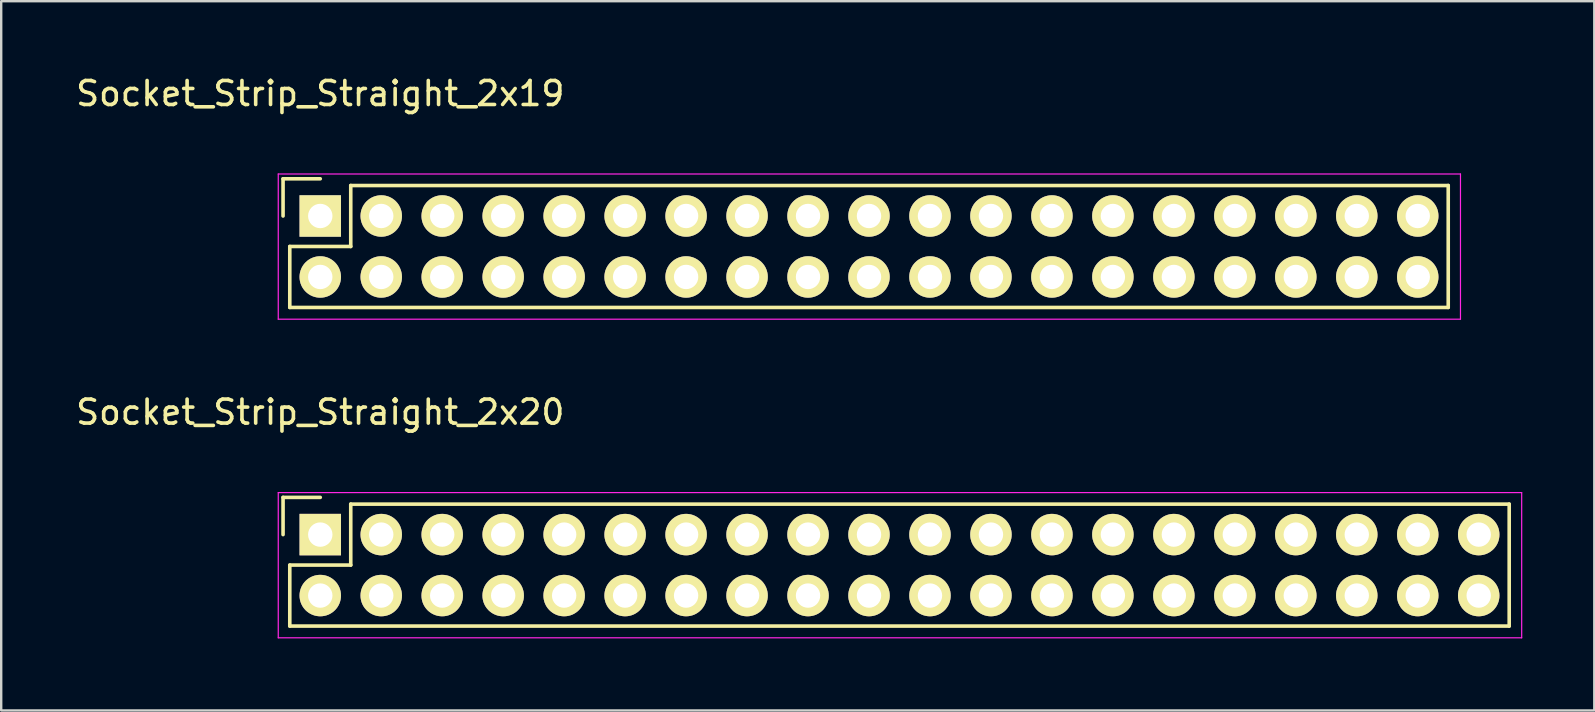
<source format=kicad_pcb>
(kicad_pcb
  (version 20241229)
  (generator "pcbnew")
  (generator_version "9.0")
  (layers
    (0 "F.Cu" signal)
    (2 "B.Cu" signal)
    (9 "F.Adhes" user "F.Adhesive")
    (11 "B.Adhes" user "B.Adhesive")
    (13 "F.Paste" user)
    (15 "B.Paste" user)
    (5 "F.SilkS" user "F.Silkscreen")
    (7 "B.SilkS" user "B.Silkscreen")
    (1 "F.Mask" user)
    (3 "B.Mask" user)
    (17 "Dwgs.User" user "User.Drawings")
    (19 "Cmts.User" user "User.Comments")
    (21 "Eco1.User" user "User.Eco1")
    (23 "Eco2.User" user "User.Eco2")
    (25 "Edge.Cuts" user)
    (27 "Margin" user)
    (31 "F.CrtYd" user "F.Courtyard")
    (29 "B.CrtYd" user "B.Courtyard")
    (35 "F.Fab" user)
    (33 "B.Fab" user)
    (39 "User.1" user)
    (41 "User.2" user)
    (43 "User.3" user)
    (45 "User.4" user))
  (footprint "Socket_Strip_Straight_2x19"
    (layer "F.Cu")
    (at 10.292 5.948)
    (property "Reference" "Socket_Strip_Straight_2x19" (at 0 -5.1 0) (layer "F.SilkS") (effects (font (size 1 1) (thickness 0.15))))
    (attr through_hole)
    (fp_line (start -1.55 -1.55) (end -1.55 0) (stroke (width 0.15) (type solid)) (layer "F.SilkS"))
    (fp_line (start -1.27 1.27) (end 1.27 1.27) (stroke (width 0.15) (type solid)) (layer "F.SilkS"))
    (fp_line (start -1.27 3.81) (end -1.27 1.27) (stroke (width 0.15) (type solid)) (layer "F.SilkS"))
    (fp_line (start -1.27 3.81) (end 46.99 3.81) (stroke (width 0.15) (type solid)) (layer "F.SilkS"))
    (fp_line (start 0 -1.55) (end -1.55 -1.55) (stroke (width 0.15) (type solid)) (layer "F.SilkS"))
    (fp_line (start 1.27 1.27) (end 1.27 -1.27) (stroke (width 0.15) (type solid)) (layer "F.SilkS"))
    (fp_line (start 46.99 -1.27) (end 1.27 -1.27) (stroke (width 0.15) (type solid)) (layer "F.SilkS"))
    (fp_line (start 46.99 3.81) (end 46.99 -1.27) (stroke (width 0.15) (type solid)) (layer "F.SilkS"))
    (fp_line (start -1.75 -1.75) (end -1.75 4.3) (stroke (width 0.05) (type solid)) (layer "F.CrtYd"))
    (fp_line (start -1.75 -1.75) (end 47.5 -1.75) (stroke (width 0.05) (type solid)) (layer "F.CrtYd"))
    (fp_line (start -1.75 4.3) (end 47.5 4.3) (stroke (width 0.05) (type solid)) (layer "F.CrtYd"))
    (fp_line (start 47.5 -1.75) (end 47.5 4.3) (stroke (width 0.05) (type solid)) (layer "F.CrtYd"))
    (pad "1" thru_hole rect (at 0 0) (size 1.727 1.727) (drill 1.016) (layers "*.Cu" "*.Mask" "F.SilkS"))
    (pad "2" thru_hole oval (at 0 2.54) (size 1.727 1.727) (drill 1.016) (layers "*.Cu" "*.Mask" "F.SilkS"))
    (pad "3" thru_hole oval (at 2.54 0) (size 1.727 1.727) (drill 1.016) (layers "*.Cu" "*.Mask" "F.SilkS"))
    (pad "4" thru_hole oval (at 2.54 2.54) (size 1.727 1.727) (drill 1.016) (layers "*.Cu" "*.Mask" "F.SilkS"))
    (pad "5" thru_hole oval (at 5.08 0) (size 1.727 1.727) (drill 1.016) (layers "*.Cu" "*.Mask" "F.SilkS"))
    (pad "6" thru_hole oval (at 5.08 2.54) (size 1.727 1.727) (drill 1.016) (layers "*.Cu" "*.Mask" "F.SilkS"))
    (pad "7" thru_hole oval (at 7.62 0) (size 1.727 1.727) (drill 1.016) (layers "*.Cu" "*.Mask" "F.SilkS"))
    (pad "8" thru_hole oval (at 7.62 2.54) (size 1.727 1.727) (drill 1.016) (layers "*.Cu" "*.Mask" "F.SilkS"))
    (pad "9" thru_hole oval (at 10.16 0) (size 1.727 1.727) (drill 1.016) (layers "*.Cu" "*.Mask" "F.SilkS"))
    (pad "10" thru_hole oval (at 10.16 2.54) (size 1.727 1.727) (drill 1.016) (layers "*.Cu" "*.Mask" "F.SilkS"))
    (pad "11" thru_hole oval (at 12.7 0) (size 1.727 1.727) (drill 1.016) (layers "*.Cu" "*.Mask" "F.SilkS"))
    (pad "12" thru_hole oval (at 12.7 2.54) (size 1.727 1.727) (drill 1.016) (layers "*.Cu" "*.Mask" "F.SilkS"))
    (pad "13" thru_hole oval (at 15.24 0) (size 1.727 1.727) (drill 1.016) (layers "*.Cu" "*.Mask" "F.SilkS"))
    (pad "14" thru_hole oval (at 15.24 2.54) (size 1.727 1.727) (drill 1.016) (layers "*.Cu" "*.Mask" "F.SilkS"))
    (pad "15" thru_hole oval (at 17.78 0) (size 1.727 1.727) (drill 1.016) (layers "*.Cu" "*.Mask" "F.SilkS"))
    (pad "16" thru_hole oval (at 17.78 2.54) (size 1.727 1.727) (drill 1.016) (layers "*.Cu" "*.Mask" "F.SilkS"))
    (pad "17" thru_hole oval (at 20.32 0) (size 1.727 1.727) (drill 1.016) (layers "*.Cu" "*.Mask" "F.SilkS"))
    (pad "18" thru_hole oval (at 20.32 2.54) (size 1.727 1.727) (drill 1.016) (layers "*.Cu" "*.Mask" "F.SilkS"))
    (pad "19" thru_hole oval (at 22.86 0) (size 1.727 1.727) (drill 1.016) (layers "*.Cu" "*.Mask" "F.SilkS"))
    (pad "20" thru_hole oval (at 22.86 2.54) (size 1.727 1.727) (drill 1.016) (layers "*.Cu" "*.Mask" "F.SilkS"))
    (pad "21" thru_hole oval (at 25.4 0) (size 1.727 1.727) (drill 1.016) (layers "*.Cu" "*.Mask" "F.SilkS"))
    (pad "22" thru_hole oval (at 25.4 2.54) (size 1.727 1.727) (drill 1.016) (layers "*.Cu" "*.Mask" "F.SilkS"))
    (pad "23" thru_hole oval (at 27.94 0) (size 1.727 1.727) (drill 1.016) (layers "*.Cu" "*.Mask" "F.SilkS"))
    (pad "24" thru_hole oval (at 27.94 2.54) (size 1.727 1.727) (drill 1.016) (layers "*.Cu" "*.Mask" "F.SilkS"))
    (pad "25" thru_hole oval (at 30.48 0) (size 1.727 1.727) (drill 1.016) (layers "*.Cu" "*.Mask" "F.SilkS"))
    (pad "26" thru_hole oval (at 30.48 2.54) (size 1.727 1.727) (drill 1.016) (layers "*.Cu" "*.Mask" "F.SilkS"))
    (pad "27" thru_hole oval (at 33.02 0) (size 1.727 1.727) (drill 1.016) (layers "*.Cu" "*.Mask" "F.SilkS"))
    (pad "28" thru_hole oval (at 33.02 2.54) (size 1.727 1.727) (drill 1.016) (layers "*.Cu" "*.Mask" "F.SilkS"))
    (pad "29" thru_hole oval (at 35.56 0) (size 1.727 1.727) (drill 1.016) (layers "*.Cu" "*.Mask" "F.SilkS"))
    (pad "30" thru_hole oval (at 35.56 2.54) (size 1.727 1.727) (drill 1.016) (layers "*.Cu" "*.Mask" "F.SilkS"))
    (pad "31" thru_hole oval (at 38.1 0) (size 1.727 1.727) (drill 1.016) (layers "*.Cu" "*.Mask" "F.SilkS"))
    (pad "32" thru_hole oval (at 38.1 2.54) (size 1.727 1.727) (drill 1.016) (layers "*.Cu" "*.Mask" "F.SilkS"))
    (pad "33" thru_hole oval (at 40.64 0) (size 1.727 1.727) (drill 1.016) (layers "*.Cu" "*.Mask" "F.SilkS"))
    (pad "34" thru_hole oval (at 40.64 2.54) (size 1.727 1.727) (drill 1.016) (layers "*.Cu" "*.Mask" "F.SilkS"))
    (pad "35" thru_hole oval (at 43.18 0) (size 1.727 1.727) (drill 1.016) (layers "*.Cu" "*.Mask" "F.SilkS"))
    (pad "36" thru_hole oval (at 43.18 2.54) (size 1.727 1.727) (drill 1.016) (layers "*.Cu" "*.Mask" "F.SilkS"))
    (pad "37" thru_hole oval (at 45.72 0) (size 1.727 1.727) (drill 1.016) (layers "*.Cu" "*.Mask" "F.SilkS"))
    (pad "38" thru_hole oval (at 45.72 2.54) (size 1.727 1.727) (drill 1.016) (layers "*.Cu" "*.Mask" "F.SilkS")))
  (footprint "Socket_Strip_Straight_2x20"
    (layer "F.Cu")
    (at 10.292 19.221)
    (property "Reference" "Socket_Strip_Straight_2x20" (at 0 -5.1 0) (layer "F.SilkS") (effects (font (size 1 1) (thickness 0.15))))
    (attr through_hole)
    (fp_line (start -1.55 -1.55) (end -1.55 0) (stroke (width 0.15) (type solid)) (layer "F.SilkS"))
    (fp_line (start -1.27 1.27) (end 1.27 1.27) (stroke (width 0.15) (type solid)) (layer "F.SilkS"))
    (fp_line (start -1.27 3.81) (end -1.27 1.27) (stroke (width 0.15) (type solid)) (layer "F.SilkS"))
    (fp_line (start 0 -1.55) (end -1.55 -1.55) (stroke (width 0.15) (type solid)) (layer "F.SilkS"))
    (fp_line (start 1.27 -1.27) (end 49.53 -1.27) (stroke (width 0.15) (type solid)) (layer "F.SilkS"))
    (fp_line (start 1.27 1.27) (end 1.27 -1.27) (stroke (width 0.15) (type solid)) (layer "F.SilkS"))
    (fp_line (start 49.53 3.81) (end -1.27 3.81) (stroke (width 0.15) (type solid)) (layer "F.SilkS"))
    (fp_line (start 49.53 3.81) (end 49.53 -1.27) (stroke (width 0.15) (type solid)) (layer "F.SilkS"))
    (fp_line (start -1.75 -1.75) (end -1.75 4.3) (stroke (width 0.05) (type solid)) (layer "F.CrtYd"))
    (fp_line (start -1.75 -1.75) (end 50.05 -1.75) (stroke (width 0.05) (type solid)) (layer "F.CrtYd"))
    (fp_line (start -1.75 4.3) (end 50.05 4.3) (stroke (width 0.05) (type solid)) (layer "F.CrtYd"))
    (fp_line (start 50.05 -1.75) (end 50.05 4.3) (stroke (width 0.05) (type solid)) (layer "F.CrtYd"))
    (pad "1" thru_hole rect (at 0 0) (size 1.727 1.727) (drill 1.016) (layers "*.Cu" "*.Mask" "F.SilkS"))
    (pad "2" thru_hole oval (at 0 2.54) (size 1.727 1.727) (drill 1.016) (layers "*.Cu" "*.Mask" "F.SilkS"))
    (pad "3" thru_hole oval (at 2.54 0) (size 1.727 1.727) (drill 1.016) (layers "*.Cu" "*.Mask" "F.SilkS"))
    (pad "4" thru_hole oval (at 2.54 2.54) (size 1.727 1.727) (drill 1.016) (layers "*.Cu" "*.Mask" "F.SilkS"))
    (pad "5" thru_hole oval (at 5.08 0) (size 1.727 1.727) (drill 1.016) (layers "*.Cu" "*.Mask" "F.SilkS"))
    (pad "6" thru_hole oval (at 5.08 2.54) (size 1.727 1.727) (drill 1.016) (layers "*.Cu" "*.Mask" "F.SilkS"))
    (pad "7" thru_hole oval (at 7.62 0) (size 1.727 1.727) (drill 1.016) (layers "*.Cu" "*.Mask" "F.SilkS"))
    (pad "8" thru_hole oval (at 7.62 2.54) (size 1.727 1.727) (drill 1.016) (layers "*.Cu" "*.Mask" "F.SilkS"))
    (pad "9" thru_hole oval (at 10.16 0) (size 1.727 1.727) (drill 1.016) (layers "*.Cu" "*.Mask" "F.SilkS"))
    (pad "10" thru_hole oval (at 10.16 2.54) (size 1.727 1.727) (drill 1.016) (layers "*.Cu" "*.Mask" "F.SilkS"))
    (pad "11" thru_hole oval (at 12.7 0) (size 1.727 1.727) (drill 1.016) (layers "*.Cu" "*.Mask" "F.SilkS"))
    (pad "12" thru_hole oval (at 12.7 2.54) (size 1.727 1.727) (drill 1.016) (layers "*.Cu" "*.Mask" "F.SilkS"))
    (pad "13" thru_hole oval (at 15.24 0) (size 1.727 1.727) (drill 1.016) (layers "*.Cu" "*.Mask" "F.SilkS"))
    (pad "14" thru_hole oval (at 15.24 2.54) (size 1.727 1.727) (drill 1.016) (layers "*.Cu" "*.Mask" "F.SilkS"))
    (pad "15" thru_hole oval (at 17.78 0) (size 1.727 1.727) (drill 1.016) (layers "*.Cu" "*.Mask" "F.SilkS"))
    (pad "16" thru_hole oval (at 17.78 2.54) (size 1.727 1.727) (drill 1.016) (layers "*.Cu" "*.Mask" "F.SilkS"))
    (pad "17" thru_hole oval (at 20.32 0) (size 1.727 1.727) (drill 1.016) (layers "*.Cu" "*.Mask" "F.SilkS"))
    (pad "18" thru_hole oval (at 20.32 2.54) (size 1.727 1.727) (drill 1.016) (layers "*.Cu" "*.Mask" "F.SilkS"))
    (pad "19" thru_hole oval (at 22.86 0) (size 1.727 1.727) (drill 1.016) (layers "*.Cu" "*.Mask" "F.SilkS"))
    (pad "20" thru_hole oval (at 22.86 2.54) (size 1.727 1.727) (drill 1.016) (layers "*.Cu" "*.Mask" "F.SilkS"))
    (pad "21" thru_hole oval (at 25.4 0) (size 1.727 1.727) (drill 1.016) (layers "*.Cu" "*.Mask" "F.SilkS"))
    (pad "22" thru_hole oval (at 25.4 2.54) (size 1.727 1.727) (drill 1.016) (layers "*.Cu" "*.Mask" "F.SilkS"))
    (pad "23" thru_hole oval (at 27.94 0) (size 1.727 1.727) (drill 1.016) (layers "*.Cu" "*.Mask" "F.SilkS"))
    (pad "24" thru_hole oval (at 27.94 2.54) (size 1.727 1.727) (drill 1.016) (layers "*.Cu" "*.Mask" "F.SilkS"))
    (pad "25" thru_hole oval (at 30.48 0) (size 1.727 1.727) (drill 1.016) (layers "*.Cu" "*.Mask" "F.SilkS"))
    (pad "26" thru_hole oval (at 30.48 2.54) (size 1.727 1.727) (drill 1.016) (layers "*.Cu" "*.Mask" "F.SilkS"))
    (pad "27" thru_hole oval (at 33.02 0) (size 1.727 1.727) (drill 1.016) (layers "*.Cu" "*.Mask" "F.SilkS"))
    (pad "28" thru_hole oval (at 33.02 2.54) (size 1.727 1.727) (drill 1.016) (layers "*.Cu" "*.Mask" "F.SilkS"))
    (pad "29" thru_hole oval (at 35.56 0) (size 1.727 1.727) (drill 1.016) (layers "*.Cu" "*.Mask" "F.SilkS"))
    (pad "30" thru_hole oval (at 35.56 2.54) (size 1.727 1.727) (drill 1.016) (layers "*.Cu" "*.Mask" "F.SilkS"))
    (pad "31" thru_hole oval (at 38.1 0) (size 1.727 1.727) (drill 1.016) (layers "*.Cu" "*.Mask" "F.SilkS"))
    (pad "32" thru_hole oval (at 38.1 2.54) (size 1.727 1.727) (drill 1.016) (layers "*.Cu" "*.Mask" "F.SilkS"))
    (pad "33" thru_hole oval (at 40.64 0) (size 1.727 1.727) (drill 1.016) (layers "*.Cu" "*.Mask" "F.SilkS"))
    (pad "34" thru_hole oval (at 40.64 2.54) (size 1.727 1.727) (drill 1.016) (layers "*.Cu" "*.Mask" "F.SilkS"))
    (pad "35" thru_hole oval (at 43.18 0) (size 1.727 1.727) (drill 1.016) (layers "*.Cu" "*.Mask" "F.SilkS"))
    (pad "36" thru_hole oval (at 43.18 2.54) (size 1.727 1.727) (drill 1.016) (layers "*.Cu" "*.Mask" "F.SilkS"))
    (pad "37" thru_hole oval (at 45.72 0) (size 1.727 1.727) (drill 1.016) (layers "*.Cu" "*.Mask" "F.SilkS"))
    (pad "38" thru_hole oval (at 45.72 2.54) (size 1.727 1.727) (drill 1.016) (layers "*.Cu" "*.Mask" "F.SilkS"))
    (pad "39" thru_hole oval (at 48.26 0) (size 1.727 1.727) (drill 1.016) (layers "*.Cu" "*.Mask" "F.SilkS"))
    (pad "40" thru_hole oval (at 48.26 2.54) (size 1.727 1.727) (drill 1.016) (layers "*.Cu" "*.Mask" "F.SilkS")))
  (gr_rect
    (start -3 -3)
    (end 63.367 26.547)
    (stroke (width 0.1) (type default))
    (fill no)
    (layer "Edge.Cuts")))
</source>
